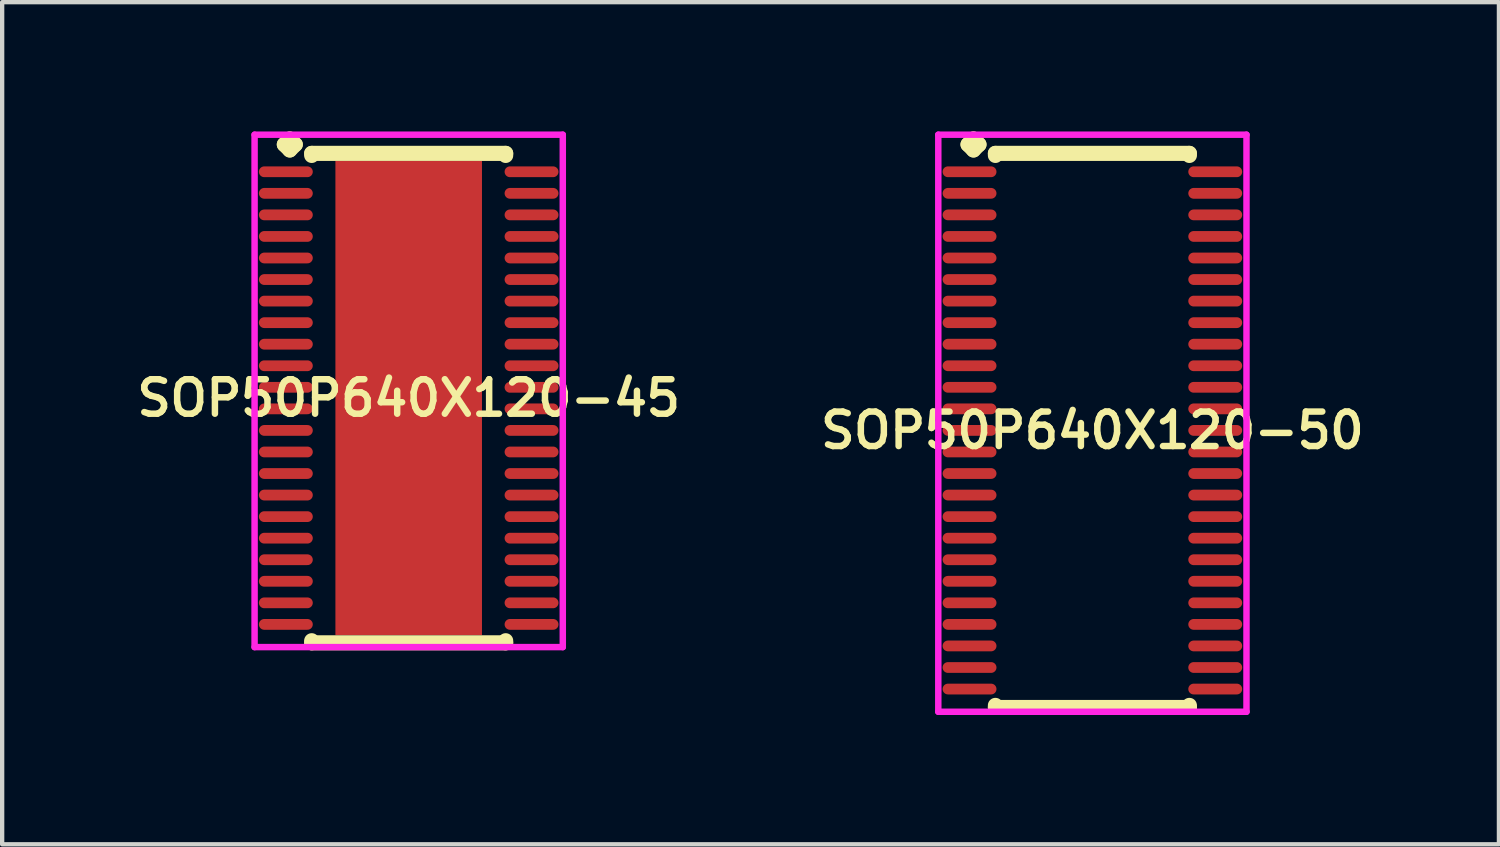
<source format=kicad_pcb>
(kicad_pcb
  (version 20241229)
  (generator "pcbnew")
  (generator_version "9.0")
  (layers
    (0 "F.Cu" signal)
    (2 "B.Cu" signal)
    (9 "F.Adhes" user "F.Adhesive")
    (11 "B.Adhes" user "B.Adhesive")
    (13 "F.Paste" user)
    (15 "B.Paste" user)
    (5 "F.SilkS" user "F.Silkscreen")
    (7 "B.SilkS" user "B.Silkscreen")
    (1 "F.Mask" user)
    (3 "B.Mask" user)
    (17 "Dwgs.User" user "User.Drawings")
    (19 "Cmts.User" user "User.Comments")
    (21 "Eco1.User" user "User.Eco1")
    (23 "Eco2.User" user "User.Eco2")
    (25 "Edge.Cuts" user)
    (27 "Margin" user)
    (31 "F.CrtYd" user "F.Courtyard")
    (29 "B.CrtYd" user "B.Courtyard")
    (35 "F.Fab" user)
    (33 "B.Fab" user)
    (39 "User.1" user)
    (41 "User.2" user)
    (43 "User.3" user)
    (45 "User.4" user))
  (footprint "SOP50P640X120-50"
    (layer "F.Cu")
    (at 22.292 6.935)
    (property "Reference" "SOP50P640X120-50" (at 0 0 0) (layer "F.SilkS") (effects (font (size 0.8 0.8) (thickness 0.15))))
    (attr smd)
    (fp_line (start -2.885 -6.633) (end -2.758 -6.76) (stroke (width 0.35) (type solid)) (layer "F.SilkS"))
    (fp_line (start -2.758 -6.76) (end -2.631 -6.633) (stroke (width 0.35) (type solid)) (layer "F.SilkS"))
    (fp_line (start -2.758 -6.506) (end -2.885 -6.633) (stroke (width 0.35) (type solid)) (layer "F.SilkS"))
    (fp_line (start -2.631 -6.633) (end -2.758 -6.506) (stroke (width 0.35) (type solid)) (layer "F.SilkS"))
    (fp_line (start -2.25 -6.427) (end 2.25 -6.427) (stroke (width 0.35) (type solid)) (layer "F.SilkS"))
    (fp_line (start -2.25 -6.379) (end -2.25 -6.427) (stroke (width 0.35) (type solid)) (layer "F.SilkS"))
    (fp_line (start -2.25 6.379) (end -2.25 6.427) (stroke (width 0.35) (type solid)) (layer "F.SilkS"))
    (fp_line (start -2.25 6.427) (end 2.25 6.427) (stroke (width 0.35) (type solid)) (layer "F.SilkS"))
    (fp_line (start 2.25 -6.427) (end 2.25 -6.379) (stroke (width 0.35) (type solid)) (layer "F.SilkS"))
    (fp_line (start 2.25 6.427) (end 2.25 6.379) (stroke (width 0.35) (type solid)) (layer "F.SilkS"))
    (fp_line (start -3.575 -6.86) (end 3.575 -6.86) (stroke (width 0.15) (type solid)) (layer "F.CrtYd"))
    (fp_line (start -3.575 6.527) (end -3.575 -6.86) (stroke (width 0.15) (type solid)) (layer "F.CrtYd"))
    (fp_line (start 3.575 -6.86) (end 3.575 6.527) (stroke (width 0.15) (type solid)) (layer "F.CrtYd"))
    (fp_line (start 3.575 6.527) (end -3.575 6.527) (stroke (width 0.15) (type solid)) (layer "F.CrtYd"))
    (pad "1" smd oval (at -2.85 -6) (size 1.25 0.25) (layers "F.Cu" "F.Mask" "F.Paste"))
    (pad "2" smd oval (at -2.85 -5.5) (size 1.25 0.25) (layers "F.Cu" "F.Mask" "F.Paste"))
    (pad "3" smd oval (at -2.85 -5) (size 1.25 0.25) (layers "F.Cu" "F.Mask" "F.Paste"))
    (pad "4" smd oval (at -2.85 -4.5) (size 1.25 0.25) (layers "F.Cu" "F.Mask" "F.Paste"))
    (pad "5" smd oval (at -2.85 -4) (size 1.25 0.25) (layers "F.Cu" "F.Mask" "F.Paste"))
    (pad "6" smd oval (at -2.85 -3.5) (size 1.25 0.25) (layers "F.Cu" "F.Mask" "F.Paste"))
    (pad "7" smd oval (at -2.85 -3) (size 1.25 0.25) (layers "F.Cu" "F.Mask" "F.Paste"))
    (pad "8" smd oval (at -2.85 -2.5) (size 1.25 0.25) (layers "F.Cu" "F.Mask" "F.Paste"))
    (pad "9" smd oval (at -2.85 -2) (size 1.25 0.25) (layers "F.Cu" "F.Mask" "F.Paste"))
    (pad "10" smd oval (at -2.85 -1.5) (size 1.25 0.25) (layers "F.Cu" "F.Mask" "F.Paste"))
    (pad "11" smd oval (at -2.85 -1) (size 1.25 0.25) (layers "F.Cu" "F.Mask" "F.Paste"))
    (pad "12" smd oval (at -2.85 -0.5) (size 1.25 0.25) (layers "F.Cu" "F.Mask" "F.Paste"))
    (pad "13" smd oval (at -2.85 0) (size 1.25 0.25) (layers "F.Cu" "F.Mask" "F.Paste"))
    (pad "14" smd oval (at -2.85 0.5) (size 1.25 0.25) (layers "F.Cu" "F.Mask" "F.Paste"))
    (pad "15" smd oval (at -2.85 1) (size 1.25 0.25) (layers "F.Cu" "F.Mask" "F.Paste"))
    (pad "16" smd oval (at -2.85 1.5) (size 1.25 0.25) (layers "F.Cu" "F.Mask" "F.Paste"))
    (pad "17" smd oval (at -2.85 2) (size 1.25 0.25) (layers "F.Cu" "F.Mask" "F.Paste"))
    (pad "18" smd oval (at -2.85 2.5) (size 1.25 0.25) (layers "F.Cu" "F.Mask" "F.Paste"))
    (pad "19" smd oval (at -2.85 3) (size 1.25 0.25) (layers "F.Cu" "F.Mask" "F.Paste"))
    (pad "20" smd oval (at -2.85 3.5) (size 1.25 0.25) (layers "F.Cu" "F.Mask" "F.Paste"))
    (pad "21" smd oval (at -2.85 4) (size 1.25 0.25) (layers "F.Cu" "F.Mask" "F.Paste"))
    (pad "22" smd oval (at -2.85 4.5) (size 1.25 0.25) (layers "F.Cu" "F.Mask" "F.Paste"))
    (pad "23" smd oval (at -2.85 5) (size 1.25 0.25) (layers "F.Cu" "F.Mask" "F.Paste"))
    (pad "24" smd oval (at -2.85 5.5) (size 1.25 0.25) (layers "F.Cu" "F.Mask" "F.Paste"))
    (pad "25" smd oval (at -2.85 6) (size 1.25 0.25) (layers "F.Cu" "F.Mask" "F.Paste"))
    (pad "26" smd oval (at 2.85 6) (size 1.25 0.25) (layers "F.Cu" "F.Mask" "F.Paste"))
    (pad "27" smd oval (at 2.85 5.5) (size 1.25 0.25) (layers "F.Cu" "F.Mask" "F.Paste"))
    (pad "28" smd oval (at 2.85 5) (size 1.25 0.25) (layers "F.Cu" "F.Mask" "F.Paste"))
    (pad "29" smd oval (at 2.85 4.5) (size 1.25 0.25) (layers "F.Cu" "F.Mask" "F.Paste"))
    (pad "30" smd oval (at 2.85 4) (size 1.25 0.25) (layers "F.Cu" "F.Mask" "F.Paste"))
    (pad "31" smd oval (at 2.85 3.5) (size 1.25 0.25) (layers "F.Cu" "F.Mask" "F.Paste"))
    (pad "32" smd oval (at 2.85 3) (size 1.25 0.25) (layers "F.Cu" "F.Mask" "F.Paste"))
    (pad "33" smd oval (at 2.85 2.5) (size 1.25 0.25) (layers "F.Cu" "F.Mask" "F.Paste"))
    (pad "34" smd oval (at 2.85 2) (size 1.25 0.25) (layers "F.Cu" "F.Mask" "F.Paste"))
    (pad "35" smd oval (at 2.85 1.5) (size 1.25 0.25) (layers "F.Cu" "F.Mask" "F.Paste"))
    (pad "36" smd oval (at 2.85 1) (size 1.25 0.25) (layers "F.Cu" "F.Mask" "F.Paste"))
    (pad "37" smd oval (at 2.85 0.5) (size 1.25 0.25) (layers "F.Cu" "F.Mask" "F.Paste"))
    (pad "38" smd oval (at 2.85 0) (size 1.25 0.25) (layers "F.Cu" "F.Mask" "F.Paste"))
    (pad "39" smd oval (at 2.85 -0.5) (size 1.25 0.25) (layers "F.Cu" "F.Mask" "F.Paste"))
    (pad "40" smd oval (at 2.85 -1) (size 1.25 0.25) (layers "F.Cu" "F.Mask" "F.Paste"))
    (pad "41" smd oval (at 2.85 -1.5) (size 1.25 0.25) (layers "F.Cu" "F.Mask" "F.Paste"))
    (pad "42" smd oval (at 2.85 -2) (size 1.25 0.25) (layers "F.Cu" "F.Mask" "F.Paste"))
    (pad "43" smd oval (at 2.85 -2.5) (size 1.25 0.25) (layers "F.Cu" "F.Mask" "F.Paste"))
    (pad "44" smd oval (at 2.85 -3) (size 1.25 0.25) (layers "F.Cu" "F.Mask" "F.Paste"))
    (pad "45" smd oval (at 2.85 -3.5) (size 1.25 0.25) (layers "F.Cu" "F.Mask" "F.Paste"))
    (pad "46" smd oval (at 2.85 -4) (size 1.25 0.25) (layers "F.Cu" "F.Mask" "F.Paste"))
    (pad "47" smd oval (at 2.85 -4.5) (size 1.25 0.25) (layers "F.Cu" "F.Mask" "F.Paste"))
    (pad "48" smd oval (at 2.85 -5) (size 1.25 0.25) (layers "F.Cu" "F.Mask" "F.Paste"))
    (pad "49" smd oval (at 2.85 -5.5) (size 1.25 0.25) (layers "F.Cu" "F.Mask" "F.Paste"))
    (pad "50" smd oval (at 2.85 -6) (size 1.25 0.25) (layers "F.Cu" "F.Mask" "F.Paste")))
  (footprint "SOP50P640X120-45"
    (layer "F.Cu")
    (at 6.431 6.185)
    (property "Reference" "SOP50P640X120-45" (at 0 0 0) (layer "F.SilkS") (effects (font (size 0.8 0.8) (thickness 0.15))))
    (attr smd)
    (fp_line (start -2.885 -5.883) (end -2.758 -6.01) (stroke (width 0.35) (type solid)) (layer "F.SilkS"))
    (fp_line (start -2.758 -6.01) (end -2.631 -5.883) (stroke (width 0.35) (type solid)) (layer "F.SilkS"))
    (fp_line (start -2.758 -5.756) (end -2.885 -5.883) (stroke (width 0.35) (type solid)) (layer "F.SilkS"))
    (fp_line (start -2.631 -5.883) (end -2.758 -5.756) (stroke (width 0.35) (type solid)) (layer "F.SilkS"))
    (fp_line (start -2.25 -5.677) (end 2.25 -5.677) (stroke (width 0.35) (type solid)) (layer "F.SilkS"))
    (fp_line (start -2.25 -5.629) (end -2.25 -5.677) (stroke (width 0.35) (type solid)) (layer "F.SilkS"))
    (fp_line (start -2.25 5.629) (end -2.25 5.677) (stroke (width 0.35) (type solid)) (layer "F.SilkS"))
    (fp_line (start -2.25 5.677) (end 2.25 5.677) (stroke (width 0.35) (type solid)) (layer "F.SilkS"))
    (fp_line (start 2.25 -5.677) (end 2.25 -5.629) (stroke (width 0.35) (type solid)) (layer "F.SilkS"))
    (fp_line (start 2.25 5.677) (end 2.25 5.629) (stroke (width 0.35) (type solid)) (layer "F.SilkS"))
    (fp_line (start -3.575 -6.11) (end 3.575 -6.11) (stroke (width 0.15) (type solid)) (layer "F.CrtYd"))
    (fp_line (start -3.575 5.777) (end -3.575 -6.11) (stroke (width 0.15) (type solid)) (layer "F.CrtYd"))
    (fp_line (start 3.575 -6.11) (end 3.575 5.777) (stroke (width 0.15) (type solid)) (layer "F.CrtYd"))
    (fp_line (start 3.575 5.777) (end -3.575 5.777) (stroke (width 0.15) (type solid)) (layer "F.CrtYd"))
    (pad "1" smd oval (at -2.85 -5.25) (size 1.25 0.25) (layers "F.Cu" "F.Mask" "F.Paste"))
    (pad "2" smd oval (at -2.85 -4.75) (size 1.25 0.25) (layers "F.Cu" "F.Mask" "F.Paste"))
    (pad "3" smd oval (at -2.85 -4.25) (size 1.25 0.25) (layers "F.Cu" "F.Mask" "F.Paste"))
    (pad "4" smd oval (at -2.85 -3.75) (size 1.25 0.25) (layers "F.Cu" "F.Mask" "F.Paste"))
    (pad "5" smd oval (at -2.85 -3.25) (size 1.25 0.25) (layers "F.Cu" "F.Mask" "F.Paste"))
    (pad "6" smd oval (at -2.85 -2.75) (size 1.25 0.25) (layers "F.Cu" "F.Mask" "F.Paste"))
    (pad "7" smd oval (at -2.85 -2.25) (size 1.25 0.25) (layers "F.Cu" "F.Mask" "F.Paste"))
    (pad "8" smd oval (at -2.85 -1.75) (size 1.25 0.25) (layers "F.Cu" "F.Mask" "F.Paste"))
    (pad "9" smd oval (at -2.85 -1.25) (size 1.25 0.25) (layers "F.Cu" "F.Mask" "F.Paste"))
    (pad "10" smd oval (at -2.85 -0.75) (size 1.25 0.25) (layers "F.Cu" "F.Mask" "F.Paste"))
    (pad "11" smd oval (at -2.85 -0.25) (size 1.25 0.25) (layers "F.Cu" "F.Mask" "F.Paste"))
    (pad "12" smd oval (at -2.85 0.25) (size 1.25 0.25) (layers "F.Cu" "F.Mask" "F.Paste"))
    (pad "13" smd oval (at -2.85 0.75) (size 1.25 0.25) (layers "F.Cu" "F.Mask" "F.Paste"))
    (pad "14" smd oval (at -2.85 1.25) (size 1.25 0.25) (layers "F.Cu" "F.Mask" "F.Paste"))
    (pad "15" smd oval (at -2.85 1.75) (size 1.25 0.25) (layers "F.Cu" "F.Mask" "F.Paste"))
    (pad "16" smd oval (at -2.85 2.25) (size 1.25 0.25) (layers "F.Cu" "F.Mask" "F.Paste"))
    (pad "17" smd oval (at -2.85 2.75) (size 1.25 0.25) (layers "F.Cu" "F.Mask" "F.Paste"))
    (pad "18" smd oval (at -2.85 3.25) (size 1.25 0.25) (layers "F.Cu" "F.Mask" "F.Paste"))
    (pad "19" smd oval (at -2.85 3.75) (size 1.25 0.25) (layers "F.Cu" "F.Mask" "F.Paste"))
    (pad "20" smd oval (at -2.85 4.25) (size 1.25 0.25) (layers "F.Cu" "F.Mask" "F.Paste"))
    (pad "21" smd oval (at -2.85 4.75) (size 1.25 0.25) (layers "F.Cu" "F.Mask" "F.Paste"))
    (pad "22" smd oval (at -2.85 5.25) (size 1.25 0.25) (layers "F.Cu" "F.Mask" "F.Paste"))
    (pad "23" smd oval (at 2.85 5.25) (size 1.25 0.25) (layers "F.Cu" "F.Mask" "F.Paste"))
    (pad "24" smd oval (at 2.85 4.75) (size 1.25 0.25) (layers "F.Cu" "F.Mask" "F.Paste"))
    (pad "25" smd oval (at 2.85 4.25) (size 1.25 0.25) (layers "F.Cu" "F.Mask" "F.Paste"))
    (pad "26" smd oval (at 2.85 3.75) (size 1.25 0.25) (layers "F.Cu" "F.Mask" "F.Paste"))
    (pad "27" smd oval (at 2.85 3.25) (size 1.25 0.25) (layers "F.Cu" "F.Mask" "F.Paste"))
    (pad "28" smd oval (at 2.85 2.75) (size 1.25 0.25) (layers "F.Cu" "F.Mask" "F.Paste"))
    (pad "29" smd oval (at 2.85 2.25) (size 1.25 0.25) (layers "F.Cu" "F.Mask" "F.Paste"))
    (pad "30" smd oval (at 2.85 1.75) (size 1.25 0.25) (layers "F.Cu" "F.Mask" "F.Paste"))
    (pad "31" smd oval (at 2.85 1.25) (size 1.25 0.25) (layers "F.Cu" "F.Mask" "F.Paste"))
    (pad "32" smd oval (at 2.85 0.75) (size 1.25 0.25) (layers "F.Cu" "F.Mask" "F.Paste"))
    (pad "33" smd oval (at 2.85 0.25) (size 1.25 0.25) (layers "F.Cu" "F.Mask" "F.Paste"))
    (pad "34" smd oval (at 2.85 -0.25) (size 1.25 0.25) (layers "F.Cu" "F.Mask" "F.Paste"))
    (pad "35" smd oval (at 2.85 -0.75) (size 1.25 0.25) (layers "F.Cu" "F.Mask" "F.Paste"))
    (pad "36" smd oval (at 2.85 -1.25) (size 1.25 0.25) (layers "F.Cu" "F.Mask" "F.Paste"))
    (pad "37" smd oval (at 2.85 -1.75) (size 1.25 0.25) (layers "F.Cu" "F.Mask" "F.Paste"))
    (pad "38" smd oval (at 2.85 -2.25) (size 1.25 0.25) (layers "F.Cu" "F.Mask" "F.Paste"))
    (pad "39" smd oval (at 2.85 -2.75) (size 1.25 0.25) (layers "F.Cu" "F.Mask" "F.Paste"))
    (pad "40" smd oval (at 2.85 -3.25) (size 1.25 0.25) (layers "F.Cu" "F.Mask" "F.Paste"))
    (pad "41" smd oval (at 2.85 -3.75) (size 1.25 0.25) (layers "F.Cu" "F.Mask" "F.Paste"))
    (pad "42" smd oval (at 2.85 -4.25) (size 1.25 0.25) (layers "F.Cu" "F.Mask" "F.Paste"))
    (pad "43" smd oval (at 2.85 -4.75) (size 1.25 0.25) (layers "F.Cu" "F.Mask" "F.Paste"))
    (pad "44" smd oval (at 2.85 -5.25) (size 1.25 0.25) (layers "F.Cu" "F.Mask" "F.Paste"))
    (pad "45" smd rect (at 0 0) (size 3.4 11) (layers "F.Cu" "F.Mask" "F.Paste")))
  (gr_rect
    (start -3 -3)
    (end 31.723 16.537)
    (stroke (width 0.1) (type default))
    (fill no)
    (layer "Edge.Cuts")))
</source>
